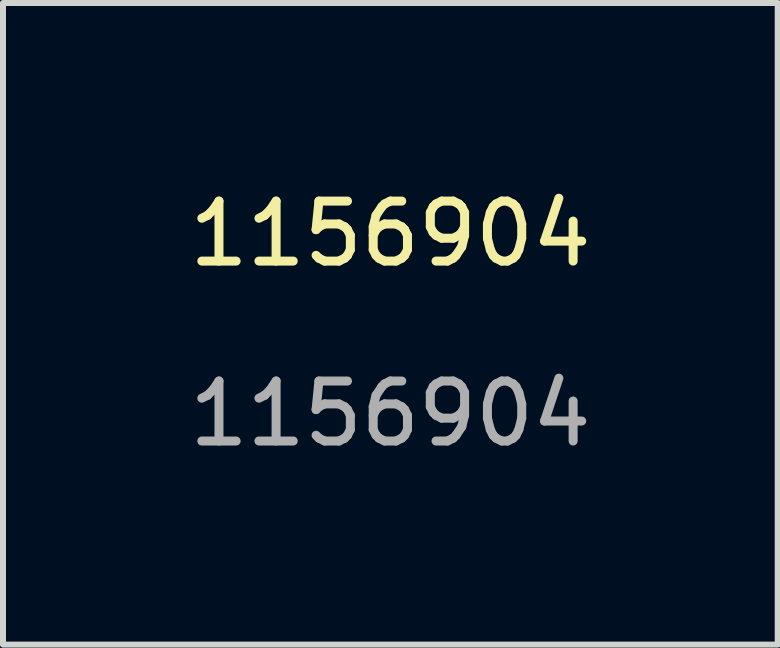
<source format=kicad_pcb>
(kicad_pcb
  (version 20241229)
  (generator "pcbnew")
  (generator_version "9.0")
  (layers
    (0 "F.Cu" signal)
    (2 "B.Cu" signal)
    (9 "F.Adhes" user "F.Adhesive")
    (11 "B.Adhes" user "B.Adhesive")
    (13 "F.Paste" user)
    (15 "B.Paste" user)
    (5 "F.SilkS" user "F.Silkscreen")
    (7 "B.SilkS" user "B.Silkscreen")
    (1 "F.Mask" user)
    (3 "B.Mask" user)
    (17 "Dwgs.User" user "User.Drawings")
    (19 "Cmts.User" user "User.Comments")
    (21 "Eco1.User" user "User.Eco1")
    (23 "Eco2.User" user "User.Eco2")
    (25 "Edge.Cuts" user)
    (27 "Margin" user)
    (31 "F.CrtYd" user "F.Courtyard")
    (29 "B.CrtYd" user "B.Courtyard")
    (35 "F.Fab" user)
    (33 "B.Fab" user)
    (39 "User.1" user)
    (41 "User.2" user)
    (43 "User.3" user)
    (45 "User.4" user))
  (footprint "1156904"
    (layer "F.Cu")
    (at 3.458 1.348)
    (property "Reference" "1156904" (at 0 -0.5 0) (unlocked yes) (layer "F.SilkS") (effects (font (size 1 1) (thickness 0.15))))
    (attr smd)
    (fp_text user "${REFERENCE}" (at 0 2.5 0) (unlocked yes) (layer "F.Fab") (effects (font (size 1 1) (thickness 0.15)))))
  (gr_rect
    (start -3 -3)
    (end 9.917 7.697)
    (stroke (width 0.1) (type default))
    (fill no)
    (layer "Edge.Cuts")))
</source>
